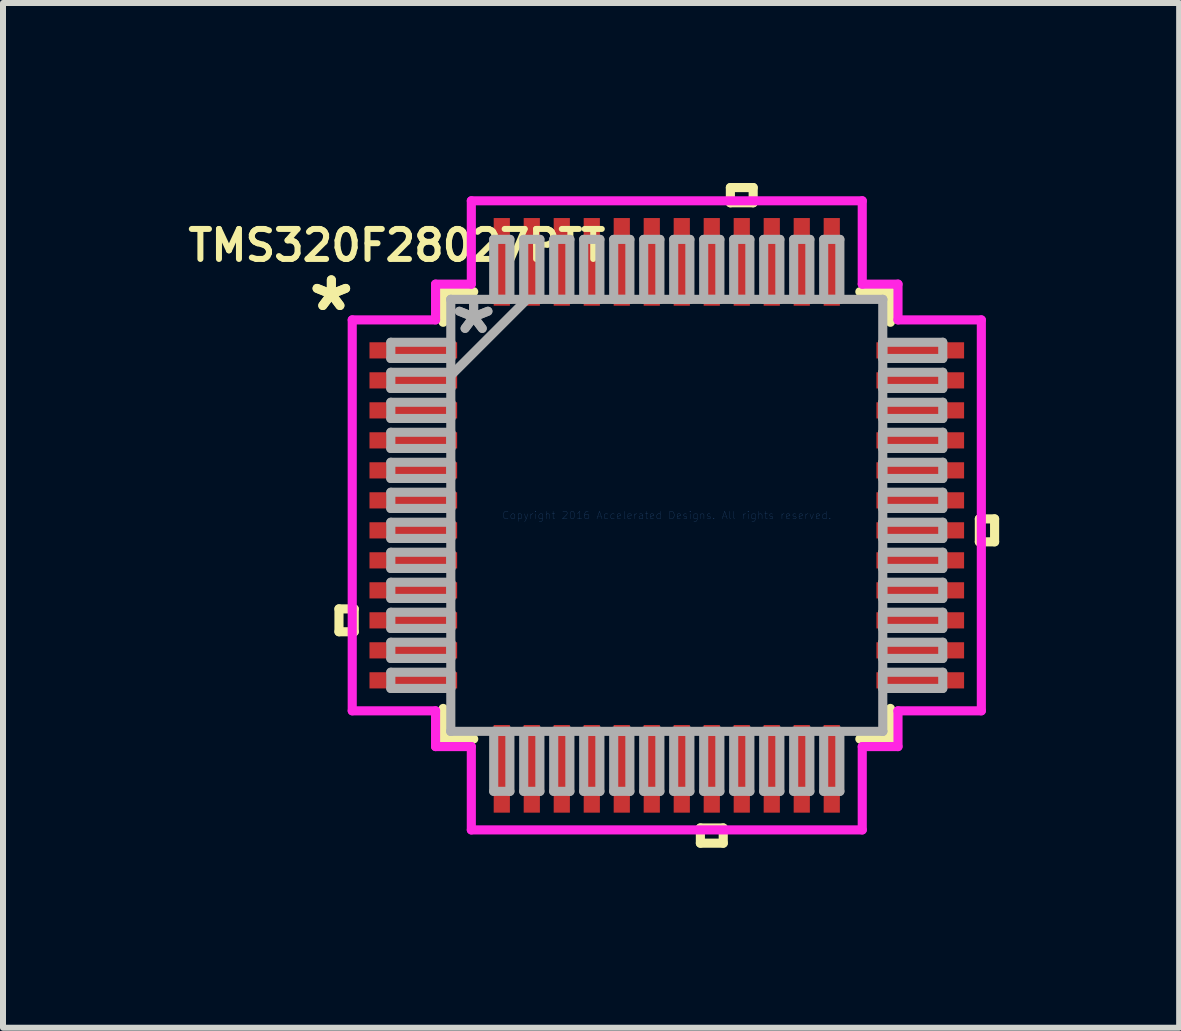
<source format=kicad_pcb>
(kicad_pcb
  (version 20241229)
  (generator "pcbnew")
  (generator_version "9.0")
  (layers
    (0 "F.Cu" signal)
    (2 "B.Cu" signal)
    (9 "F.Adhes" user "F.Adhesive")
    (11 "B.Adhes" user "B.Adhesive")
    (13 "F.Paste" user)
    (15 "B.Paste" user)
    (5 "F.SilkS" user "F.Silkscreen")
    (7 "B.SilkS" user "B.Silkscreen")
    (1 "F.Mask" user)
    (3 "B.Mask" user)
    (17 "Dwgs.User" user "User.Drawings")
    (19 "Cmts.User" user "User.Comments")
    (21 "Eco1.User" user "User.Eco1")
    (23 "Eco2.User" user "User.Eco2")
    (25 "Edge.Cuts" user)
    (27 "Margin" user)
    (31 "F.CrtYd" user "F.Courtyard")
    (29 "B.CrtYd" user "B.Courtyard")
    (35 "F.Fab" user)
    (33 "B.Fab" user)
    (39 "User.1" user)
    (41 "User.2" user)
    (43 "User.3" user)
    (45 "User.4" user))
  (footprint "TMS320F28027PTT"
    (layer "F.Cu")
    (at 8.064 5.54)
    (property "Reference" "TMS320F28027PTT" (at -4.5 -4.5 0) (layer "F.SilkS") (effects (font (size 0.5 0.5) (thickness 0.1))))
    (attr through_hole)
    (fp_line (start -5.464 1.559) (end -5.464 1.94) (stroke (width 0.152) (type solid)) (layer "F.SilkS"))
    (fp_line (start -5.464 1.94) (end -5.21 1.94) (stroke (width 0.152) (type solid)) (layer "F.SilkS"))
    (fp_line (start -5.21 1.559) (end -5.464 1.559) (stroke (width 0.152) (type solid)) (layer "F.SilkS"))
    (fp_line (start -5.21 1.94) (end -5.21 1.559) (stroke (width 0.152) (type solid)) (layer "F.SilkS"))
    (fp_line (start -3.727 -3.727) (end -3.727 -3.218) (stroke (width 0.152) (type solid)) (layer "F.SilkS"))
    (fp_line (start -3.727 3.218) (end -3.727 3.727) (stroke (width 0.152) (type solid)) (layer "F.SilkS"))
    (fp_line (start -3.727 3.727) (end -3.218 3.727) (stroke (width 0.152) (type solid)) (layer "F.SilkS"))
    (fp_line (start -3.218 -3.727) (end -3.727 -3.727) (stroke (width 0.152) (type solid)) (layer "F.SilkS"))
    (fp_line (start 0.56 5.21) (end 0.56 5.464) (stroke (width 0.152) (type solid)) (layer "F.SilkS"))
    (fp_line (start 0.56 5.464) (end 0.941 5.464) (stroke (width 0.152) (type solid)) (layer "F.SilkS"))
    (fp_line (start 0.941 5.21) (end 0.56 5.21) (stroke (width 0.152) (type solid)) (layer "F.SilkS"))
    (fp_line (start 0.941 5.464) (end 0.941 5.21) (stroke (width 0.152) (type solid)) (layer "F.SilkS"))
    (fp_line (start 1.06 -5.464) (end 1.44 -5.464) (stroke (width 0.152) (type solid)) (layer "F.SilkS"))
    (fp_line (start 1.06 -5.21) (end 1.06 -5.464) (stroke (width 0.152) (type solid)) (layer "F.SilkS"))
    (fp_line (start 1.44 -5.464) (end 1.44 -5.21) (stroke (width 0.152) (type solid)) (layer "F.SilkS"))
    (fp_line (start 1.44 -5.21) (end 1.06 -5.21) (stroke (width 0.152) (type solid)) (layer "F.SilkS"))
    (fp_line (start 3.218 3.727) (end 3.727 3.727) (stroke (width 0.152) (type solid)) (layer "F.SilkS"))
    (fp_line (start 3.727 -3.727) (end 3.218 -3.727) (stroke (width 0.152) (type solid)) (layer "F.SilkS"))
    (fp_line (start 3.727 -3.218) (end 3.727 -3.727) (stroke (width 0.152) (type solid)) (layer "F.SilkS"))
    (fp_line (start 3.727 3.727) (end 3.727 3.218) (stroke (width 0.152) (type solid)) (layer "F.SilkS"))
    (fp_line (start 5.21 0.059) (end 5.464 0.059) (stroke (width 0.152) (type solid)) (layer "F.SilkS"))
    (fp_line (start 5.21 0.441) (end 5.21 0.059) (stroke (width 0.152) (type solid)) (layer "F.SilkS"))
    (fp_line (start 5.464 0.059) (end 5.464 0.441) (stroke (width 0.152) (type solid)) (layer "F.SilkS"))
    (fp_line (start 5.464 0.441) (end 5.21 0.441) (stroke (width 0.152) (type solid)) (layer "F.SilkS"))
    (fp_line (start -5.243 -3.258) (end -3.854 -3.258) (stroke (width 0.152) (type solid)) (layer "F.CrtYd"))
    (fp_line (start -5.243 3.258) (end -5.243 -3.258) (stroke (width 0.152) (type solid)) (layer "F.CrtYd"))
    (fp_line (start -3.854 -3.854) (end -3.258 -3.854) (stroke (width 0.152) (type solid)) (layer "F.CrtYd"))
    (fp_line (start -3.854 -3.258) (end -3.854 -3.854) (stroke (width 0.152) (type solid)) (layer "F.CrtYd"))
    (fp_line (start -3.854 3.258) (end -5.243 3.258) (stroke (width 0.152) (type solid)) (layer "F.CrtYd"))
    (fp_line (start -3.854 3.854) (end -3.854 3.258) (stroke (width 0.152) (type solid)) (layer "F.CrtYd"))
    (fp_line (start -3.258 -5.243) (end 3.258 -5.243) (stroke (width 0.152) (type solid)) (layer "F.CrtYd"))
    (fp_line (start -3.258 -3.854) (end -3.258 -5.243) (stroke (width 0.152) (type solid)) (layer "F.CrtYd"))
    (fp_line (start -3.258 3.854) (end -3.854 3.854) (stroke (width 0.152) (type solid)) (layer "F.CrtYd"))
    (fp_line (start -3.258 5.243) (end -3.258 3.854) (stroke (width 0.152) (type solid)) (layer "F.CrtYd"))
    (fp_line (start 3.258 -5.243) (end 3.258 -3.854) (stroke (width 0.152) (type solid)) (layer "F.CrtYd"))
    (fp_line (start 3.258 -3.854) (end 3.854 -3.854) (stroke (width 0.152) (type solid)) (layer "F.CrtYd"))
    (fp_line (start 3.258 3.854) (end 3.258 5.243) (stroke (width 0.152) (type solid)) (layer "F.CrtYd"))
    (fp_line (start 3.258 5.243) (end -3.258 5.243) (stroke (width 0.152) (type solid)) (layer "F.CrtYd"))
    (fp_line (start 3.854 -3.854) (end 3.854 -3.258) (stroke (width 0.152) (type solid)) (layer "F.CrtYd"))
    (fp_line (start 3.854 -3.258) (end 5.243 -3.258) (stroke (width 0.152) (type solid)) (layer "F.CrtYd"))
    (fp_line (start 3.854 3.258) (end 3.854 3.854) (stroke (width 0.152) (type solid)) (layer "F.CrtYd"))
    (fp_line (start 3.854 3.854) (end 3.258 3.854) (stroke (width 0.152) (type solid)) (layer "F.CrtYd"))
    (fp_line (start 5.243 -3.258) (end 5.243 3.258) (stroke (width 0.152) (type solid)) (layer "F.CrtYd"))
    (fp_line (start 5.243 3.258) (end 3.854 3.258) (stroke (width 0.152) (type solid)) (layer "F.CrtYd"))
    (fp_line (start -4.6 -2.885) (end -4.6 -2.615) (stroke (width 0.152) (type solid)) (layer "F.Fab"))
    (fp_line (start -4.6 -2.615) (end -3.6 -2.615) (stroke (width 0.152) (type solid)) (layer "F.Fab"))
    (fp_line (start -4.6 -2.385) (end -4.6 -2.115) (stroke (width 0.152) (type solid)) (layer "F.Fab"))
    (fp_line (start -4.6 -2.115) (end -3.6 -2.115) (stroke (width 0.152) (type solid)) (layer "F.Fab"))
    (fp_line (start -4.6 -1.885) (end -4.6 -1.615) (stroke (width 0.152) (type solid)) (layer "F.Fab"))
    (fp_line (start -4.6 -1.615) (end -3.6 -1.615) (stroke (width 0.152) (type solid)) (layer "F.Fab"))
    (fp_line (start -4.6 -1.385) (end -4.6 -1.115) (stroke (width 0.152) (type solid)) (layer "F.Fab"))
    (fp_line (start -4.6 -1.115) (end -3.6 -1.115) (stroke (width 0.152) (type solid)) (layer "F.Fab"))
    (fp_line (start -4.6 -0.885) (end -4.6 -0.615) (stroke (width 0.152) (type solid)) (layer "F.Fab"))
    (fp_line (start -4.6 -0.615) (end -3.6 -0.615) (stroke (width 0.152) (type solid)) (layer "F.Fab"))
    (fp_line (start -4.6 -0.385) (end -4.6 -0.115) (stroke (width 0.152) (type solid)) (layer "F.Fab"))
    (fp_line (start -4.6 -0.115) (end -3.6 -0.115) (stroke (width 0.152) (type solid)) (layer "F.Fab"))
    (fp_line (start -4.6 0.115) (end -4.6 0.385) (stroke (width 0.152) (type solid)) (layer "F.Fab"))
    (fp_line (start -4.6 0.385) (end -3.6 0.385) (stroke (width 0.152) (type solid)) (layer "F.Fab"))
    (fp_line (start -4.6 0.615) (end -4.6 0.885) (stroke (width 0.152) (type solid)) (layer "F.Fab"))
    (fp_line (start -4.6 0.885) (end -3.6 0.885) (stroke (width 0.152) (type solid)) (layer "F.Fab"))
    (fp_line (start -4.6 1.115) (end -4.6 1.385) (stroke (width 0.152) (type solid)) (layer "F.Fab"))
    (fp_line (start -4.6 1.385) (end -3.6 1.385) (stroke (width 0.152) (type solid)) (layer "F.Fab"))
    (fp_line (start -4.6 1.615) (end -4.6 1.885) (stroke (width 0.152) (type solid)) (layer "F.Fab"))
    (fp_line (start -4.6 1.885) (end -3.6 1.885) (stroke (width 0.152) (type solid)) (layer "F.Fab"))
    (fp_line (start -4.6 2.115) (end -4.6 2.385) (stroke (width 0.152) (type solid)) (layer "F.Fab"))
    (fp_line (start -4.6 2.385) (end -3.6 2.385) (stroke (width 0.152) (type solid)) (layer "F.Fab"))
    (fp_line (start -4.6 2.615) (end -4.6 2.885) (stroke (width 0.152) (type solid)) (layer "F.Fab"))
    (fp_line (start -4.6 2.885) (end -3.6 2.885) (stroke (width 0.152) (type solid)) (layer "F.Fab"))
    (fp_line (start -3.6 -3.6) (end -3.6 -3.6) (stroke (width 0.152) (type solid)) (layer "F.Fab"))
    (fp_line (start -3.6 -3.6) (end -3.6 3.6) (stroke (width 0.152) (type solid)) (layer "F.Fab"))
    (fp_line (start -3.6 -2.885) (end -4.6 -2.885) (stroke (width 0.152) (type solid)) (layer "F.Fab"))
    (fp_line (start -3.6 -2.615) (end -3.6 -2.885) (stroke (width 0.152) (type solid)) (layer "F.Fab"))
    (fp_line (start -3.6 -2.385) (end -4.6 -2.385) (stroke (width 0.152) (type solid)) (layer "F.Fab"))
    (fp_line (start -3.6 -2.33) (end -2.33 -3.6) (stroke (width 0.152) (type solid)) (layer "F.Fab"))
    (fp_line (start -3.6 -2.115) (end -3.6 -2.385) (stroke (width 0.152) (type solid)) (layer "F.Fab"))
    (fp_line (start -3.6 -1.885) (end -4.6 -1.885) (stroke (width 0.152) (type solid)) (layer "F.Fab"))
    (fp_line (start -3.6 -1.615) (end -3.6 -1.885) (stroke (width 0.152) (type solid)) (layer "F.Fab"))
    (fp_line (start -3.6 -1.385) (end -4.6 -1.385) (stroke (width 0.152) (type solid)) (layer "F.Fab"))
    (fp_line (start -3.6 -1.115) (end -3.6 -1.385) (stroke (width 0.152) (type solid)) (layer "F.Fab"))
    (fp_line (start -3.6 -0.885) (end -4.6 -0.885) (stroke (width 0.152) (type solid)) (layer "F.Fab"))
    (fp_line (start -3.6 -0.615) (end -3.6 -0.885) (stroke (width 0.152) (type solid)) (layer "F.Fab"))
    (fp_line (start -3.6 -0.385) (end -4.6 -0.385) (stroke (width 0.152) (type solid)) (layer "F.Fab"))
    (fp_line (start -3.6 -0.115) (end -3.6 -0.385) (stroke (width 0.152) (type solid)) (layer "F.Fab"))
    (fp_line (start -3.6 0.115) (end -4.6 0.115) (stroke (width 0.152) (type solid)) (layer "F.Fab"))
    (fp_line (start -3.6 0.385) (end -3.6 0.115) (stroke (width 0.152) (type solid)) (layer "F.Fab"))
    (fp_line (start -3.6 0.615) (end -4.6 0.615) (stroke (width 0.152) (type solid)) (layer "F.Fab"))
    (fp_line (start -3.6 0.885) (end -3.6 0.615) (stroke (width 0.152) (type solid)) (layer "F.Fab"))
    (fp_line (start -3.6 1.115) (end -4.6 1.115) (stroke (width 0.152) (type solid)) (layer "F.Fab"))
    (fp_line (start -3.6 1.385) (end -3.6 1.115) (stroke (width 0.152) (type solid)) (layer "F.Fab"))
    (fp_line (start -3.6 1.615) (end -4.6 1.615) (stroke (width 0.152) (type solid)) (layer "F.Fab"))
    (fp_line (start -3.6 1.885) (end -3.6 1.615) (stroke (width 0.152) (type solid)) (layer "F.Fab"))
    (fp_line (start -3.6 2.115) (end -4.6 2.115) (stroke (width 0.152) (type solid)) (layer "F.Fab"))
    (fp_line (start -3.6 2.385) (end -3.6 2.115) (stroke (width 0.152) (type solid)) (layer "F.Fab"))
    (fp_line (start -3.6 2.615) (end -4.6 2.615) (stroke (width 0.152) (type solid)) (layer "F.Fab"))
    (fp_line (start -3.6 2.885) (end -3.6 2.615) (stroke (width 0.152) (type solid)) (layer "F.Fab"))
    (fp_line (start -3.6 3.6) (end -3.6 3.6) (stroke (width 0.152) (type solid)) (layer "F.Fab"))
    (fp_line (start -3.6 3.6) (end 3.6 3.6) (stroke (width 0.152) (type solid)) (layer "F.Fab"))
    (fp_line (start -2.885 -4.6) (end -2.885 -3.6) (stroke (width 0.152) (type solid)) (layer "F.Fab"))
    (fp_line (start -2.885 -3.6) (end -2.615 -3.6) (stroke (width 0.152) (type solid)) (layer "F.Fab"))
    (fp_line (start -2.885 3.6) (end -2.885 4.6) (stroke (width 0.152) (type solid)) (layer "F.Fab"))
    (fp_line (start -2.885 4.6) (end -2.615 4.6) (stroke (width 0.152) (type solid)) (layer "F.Fab"))
    (fp_line (start -2.615 -4.6) (end -2.885 -4.6) (stroke (width 0.152) (type solid)) (layer "F.Fab"))
    (fp_line (start -2.615 -3.6) (end -2.615 -4.6) (stroke (width 0.152) (type solid)) (layer "F.Fab"))
    (fp_line (start -2.615 3.6) (end -2.885 3.6) (stroke (width 0.152) (type solid)) (layer "F.Fab"))
    (fp_line (start -2.615 4.6) (end -2.615 3.6) (stroke (width 0.152) (type solid)) (layer "F.Fab"))
    (fp_line (start -2.385 -4.6) (end -2.385 -3.6) (stroke (width 0.152) (type solid)) (layer "F.Fab"))
    (fp_line (start -2.385 -3.6) (end -2.115 -3.6) (stroke (width 0.152) (type solid)) (layer "F.Fab"))
    (fp_line (start -2.385 3.6) (end -2.385 4.6) (stroke (width 0.152) (type solid)) (layer "F.Fab"))
    (fp_line (start -2.385 4.6) (end -2.115 4.6) (stroke (width 0.152) (type solid)) (layer "F.Fab"))
    (fp_line (start -2.115 -4.6) (end -2.385 -4.6) (stroke (width 0.152) (type solid)) (layer "F.Fab"))
    (fp_line (start -2.115 -3.6) (end -2.115 -4.6) (stroke (width 0.152) (type solid)) (layer "F.Fab"))
    (fp_line (start -2.115 3.6) (end -2.385 3.6) (stroke (width 0.152) (type solid)) (layer "F.Fab"))
    (fp_line (start -2.115 4.6) (end -2.115 3.6) (stroke (width 0.152) (type solid)) (layer "F.Fab"))
    (fp_line (start -1.885 -4.6) (end -1.885 -3.6) (stroke (width 0.152) (type solid)) (layer "F.Fab"))
    (fp_line (start -1.885 -3.6) (end -1.615 -3.6) (stroke (width 0.152) (type solid)) (layer "F.Fab"))
    (fp_line (start -1.885 3.6) (end -1.885 4.6) (stroke (width 0.152) (type solid)) (layer "F.Fab"))
    (fp_line (start -1.885 4.6) (end -1.615 4.6) (stroke (width 0.152) (type solid)) (layer "F.Fab"))
    (fp_line (start -1.615 -4.6) (end -1.885 -4.6) (stroke (width 0.152) (type solid)) (layer "F.Fab"))
    (fp_line (start -1.615 -3.6) (end -1.615 -4.6) (stroke (width 0.152) (type solid)) (layer "F.Fab"))
    (fp_line (start -1.615 3.6) (end -1.885 3.6) (stroke (width 0.152) (type solid)) (layer "F.Fab"))
    (fp_line (start -1.615 4.6) (end -1.615 3.6) (stroke (width 0.152) (type solid)) (layer "F.Fab"))
    (fp_line (start -1.385 -4.6) (end -1.385 -3.6) (stroke (width 0.152) (type solid)) (layer "F.Fab"))
    (fp_line (start -1.385 -3.6) (end -1.115 -3.6) (stroke (width 0.152) (type solid)) (layer "F.Fab"))
    (fp_line (start -1.385 3.6) (end -1.385 4.6) (stroke (width 0.152) (type solid)) (layer "F.Fab"))
    (fp_line (start -1.385 4.6) (end -1.115 4.6) (stroke (width 0.152) (type solid)) (layer "F.Fab"))
    (fp_line (start -1.115 -4.6) (end -1.385 -4.6) (stroke (width 0.152) (type solid)) (layer "F.Fab"))
    (fp_line (start -1.115 -3.6) (end -1.115 -4.6) (stroke (width 0.152) (type solid)) (layer "F.Fab"))
    (fp_line (start -1.115 3.6) (end -1.385 3.6) (stroke (width 0.152) (type solid)) (layer "F.Fab"))
    (fp_line (start -1.115 4.6) (end -1.115 3.6) (stroke (width 0.152) (type solid)) (layer "F.Fab"))
    (fp_line (start -0.885 -4.6) (end -0.885 -3.6) (stroke (width 0.152) (type solid)) (layer "F.Fab"))
    (fp_line (start -0.885 -3.6) (end -0.615 -3.6) (stroke (width 0.152) (type solid)) (layer "F.Fab"))
    (fp_line (start -0.885 3.6) (end -0.885 4.6) (stroke (width 0.152) (type solid)) (layer "F.Fab"))
    (fp_line (start -0.885 4.6) (end -0.615 4.6) (stroke (width 0.152) (type solid)) (layer "F.Fab"))
    (fp_line (start -0.615 -4.6) (end -0.885 -4.6) (stroke (width 0.152) (type solid)) (layer "F.Fab"))
    (fp_line (start -0.615 -3.6) (end -0.615 -4.6) (stroke (width 0.152) (type solid)) (layer "F.Fab"))
    (fp_line (start -0.615 3.6) (end -0.885 3.6) (stroke (width 0.152) (type solid)) (layer "F.Fab"))
    (fp_line (start -0.615 4.6) (end -0.615 3.6) (stroke (width 0.152) (type solid)) (layer "F.Fab"))
    (fp_line (start -0.385 -4.6) (end -0.385 -3.6) (stroke (width 0.152) (type solid)) (layer "F.Fab"))
    (fp_line (start -0.385 -3.6) (end -0.115 -3.6) (stroke (width 0.152) (type solid)) (layer "F.Fab"))
    (fp_line (start -0.385 3.6) (end -0.385 4.6) (stroke (width 0.152) (type solid)) (layer "F.Fab"))
    (fp_line (start -0.385 4.6) (end -0.115 4.6) (stroke (width 0.152) (type solid)) (layer "F.Fab"))
    (fp_line (start -0.115 -4.6) (end -0.385 -4.6) (stroke (width 0.152) (type solid)) (layer "F.Fab"))
    (fp_line (start -0.115 -3.6) (end -0.115 -4.6) (stroke (width 0.152) (type solid)) (layer "F.Fab"))
    (fp_line (start -0.115 3.6) (end -0.385 3.6) (stroke (width 0.152) (type solid)) (layer "F.Fab"))
    (fp_line (start -0.115 4.6) (end -0.115 3.6) (stroke (width 0.152) (type solid)) (layer "F.Fab"))
    (fp_line (start 0.115 -4.6) (end 0.115 -3.6) (stroke (width 0.152) (type solid)) (layer "F.Fab"))
    (fp_line (start 0.115 -3.6) (end 0.385 -3.6) (stroke (width 0.152) (type solid)) (layer "F.Fab"))
    (fp_line (start 0.115 3.6) (end 0.115 4.6) (stroke (width 0.152) (type solid)) (layer "F.Fab"))
    (fp_line (start 0.115 4.6) (end 0.385 4.6) (stroke (width 0.152) (type solid)) (layer "F.Fab"))
    (fp_line (start 0.385 -4.6) (end 0.115 -4.6) (stroke (width 0.152) (type solid)) (layer "F.Fab"))
    (fp_line (start 0.385 -3.6) (end 0.385 -4.6) (stroke (width 0.152) (type solid)) (layer "F.Fab"))
    (fp_line (start 0.385 3.6) (end 0.115 3.6) (stroke (width 0.152) (type solid)) (layer "F.Fab"))
    (fp_line (start 0.385 4.6) (end 0.385 3.6) (stroke (width 0.152) (type solid)) (layer "F.Fab"))
    (fp_line (start 0.615 -4.6) (end 0.615 -3.6) (stroke (width 0.152) (type solid)) (layer "F.Fab"))
    (fp_line (start 0.615 -3.6) (end 0.885 -3.6) (stroke (width 0.152) (type solid)) (layer "F.Fab"))
    (fp_line (start 0.615 3.6) (end 0.615 4.6) (stroke (width 0.152) (type solid)) (layer "F.Fab"))
    (fp_line (start 0.615 4.6) (end 0.885 4.6) (stroke (width 0.152) (type solid)) (layer "F.Fab"))
    (fp_line (start 0.885 -4.6) (end 0.615 -4.6) (stroke (width 0.152) (type solid)) (layer "F.Fab"))
    (fp_line (start 0.885 -3.6) (end 0.885 -4.6) (stroke (width 0.152) (type solid)) (layer "F.Fab"))
    (fp_line (start 0.885 3.6) (end 0.615 3.6) (stroke (width 0.152) (type solid)) (layer "F.Fab"))
    (fp_line (start 0.885 4.6) (end 0.885 3.6) (stroke (width 0.152) (type solid)) (layer "F.Fab"))
    (fp_line (start 1.115 -4.6) (end 1.115 -3.6) (stroke (width 0.152) (type solid)) (layer "F.Fab"))
    (fp_line (start 1.115 -3.6) (end 1.385 -3.6) (stroke (width 0.152) (type solid)) (layer "F.Fab"))
    (fp_line (start 1.115 3.6) (end 1.115 4.6) (stroke (width 0.152) (type solid)) (layer "F.Fab"))
    (fp_line (start 1.115 4.6) (end 1.385 4.6) (stroke (width 0.152) (type solid)) (layer "F.Fab"))
    (fp_line (start 1.385 -4.6) (end 1.115 -4.6) (stroke (width 0.152) (type solid)) (layer "F.Fab"))
    (fp_line (start 1.385 -3.6) (end 1.385 -4.6) (stroke (width 0.152) (type solid)) (layer "F.Fab"))
    (fp_line (start 1.385 3.6) (end 1.115 3.6) (stroke (width 0.152) (type solid)) (layer "F.Fab"))
    (fp_line (start 1.385 4.6) (end 1.385 3.6) (stroke (width 0.152) (type solid)) (layer "F.Fab"))
    (fp_line (start 1.615 -4.6) (end 1.615 -3.6) (stroke (width 0.152) (type solid)) (layer "F.Fab"))
    (fp_line (start 1.615 -3.6) (end 1.885 -3.6) (stroke (width 0.152) (type solid)) (layer "F.Fab"))
    (fp_line (start 1.615 3.6) (end 1.615 4.6) (stroke (width 0.152) (type solid)) (layer "F.Fab"))
    (fp_line (start 1.615 4.6) (end 1.885 4.6) (stroke (width 0.152) (type solid)) (layer "F.Fab"))
    (fp_line (start 1.885 -4.6) (end 1.615 -4.6) (stroke (width 0.152) (type solid)) (layer "F.Fab"))
    (fp_line (start 1.885 -3.6) (end 1.885 -4.6) (stroke (width 0.152) (type solid)) (layer "F.Fab"))
    (fp_line (start 1.885 3.6) (end 1.615 3.6) (stroke (width 0.152) (type solid)) (layer "F.Fab"))
    (fp_line (start 1.885 4.6) (end 1.885 3.6) (stroke (width 0.152) (type solid)) (layer "F.Fab"))
    (fp_line (start 2.115 -4.6) (end 2.115 -3.6) (stroke (width 0.152) (type solid)) (layer "F.Fab"))
    (fp_line (start 2.115 -3.6) (end 2.385 -3.6) (stroke (width 0.152) (type solid)) (layer "F.Fab"))
    (fp_line (start 2.115 3.6) (end 2.115 4.6) (stroke (width 0.152) (type solid)) (layer "F.Fab"))
    (fp_line (start 2.115 4.6) (end 2.385 4.6) (stroke (width 0.152) (type solid)) (layer "F.Fab"))
    (fp_line (start 2.385 -4.6) (end 2.115 -4.6) (stroke (width 0.152) (type solid)) (layer "F.Fab"))
    (fp_line (start 2.385 -3.6) (end 2.385 -4.6) (stroke (width 0.152) (type solid)) (layer "F.Fab"))
    (fp_line (start 2.385 3.6) (end 2.115 3.6) (stroke (width 0.152) (type solid)) (layer "F.Fab"))
    (fp_line (start 2.385 4.6) (end 2.385 3.6) (stroke (width 0.152) (type solid)) (layer "F.Fab"))
    (fp_line (start 2.615 -4.6) (end 2.615 -3.6) (stroke (width 0.152) (type solid)) (layer "F.Fab"))
    (fp_line (start 2.615 -3.6) (end 2.885 -3.6) (stroke (width 0.152) (type solid)) (layer "F.Fab"))
    (fp_line (start 2.615 3.6) (end 2.615 4.6) (stroke (width 0.152) (type solid)) (layer "F.Fab"))
    (fp_line (start 2.615 4.6) (end 2.885 4.6) (stroke (width 0.152) (type solid)) (layer "F.Fab"))
    (fp_line (start 2.885 -4.6) (end 2.615 -4.6) (stroke (width 0.152) (type solid)) (layer "F.Fab"))
    (fp_line (start 2.885 -3.6) (end 2.885 -4.6) (stroke (width 0.152) (type solid)) (layer "F.Fab"))
    (fp_line (start 2.885 3.6) (end 2.615 3.6) (stroke (width 0.152) (type solid)) (layer "F.Fab"))
    (fp_line (start 2.885 4.6) (end 2.885 3.6) (stroke (width 0.152) (type solid)) (layer "F.Fab"))
    (fp_line (start 3.6 -3.6) (end -3.6 -3.6) (stroke (width 0.152) (type solid)) (layer "F.Fab"))
    (fp_line (start 3.6 -3.6) (end 3.6 -3.6) (stroke (width 0.152) (type solid)) (layer "F.Fab"))
    (fp_line (start 3.6 -2.885) (end 3.6 -2.615) (stroke (width 0.152) (type solid)) (layer "F.Fab"))
    (fp_line (start 3.6 -2.615) (end 4.6 -2.615) (stroke (width 0.152) (type solid)) (layer "F.Fab"))
    (fp_line (start 3.6 -2.385) (end 3.6 -2.115) (stroke (width 0.152) (type solid)) (layer "F.Fab"))
    (fp_line (start 3.6 -2.115) (end 4.6 -2.115) (stroke (width 0.152) (type solid)) (layer "F.Fab"))
    (fp_line (start 3.6 -1.885) (end 3.6 -1.615) (stroke (width 0.152) (type solid)) (layer "F.Fab"))
    (fp_line (start 3.6 -1.615) (end 4.6 -1.615) (stroke (width 0.152) (type solid)) (layer "F.Fab"))
    (fp_line (start 3.6 -1.385) (end 3.6 -1.115) (stroke (width 0.152) (type solid)) (layer "F.Fab"))
    (fp_line (start 3.6 -1.115) (end 4.6 -1.115) (stroke (width 0.152) (type solid)) (layer "F.Fab"))
    (fp_line (start 3.6 -0.885) (end 3.6 -0.615) (stroke (width 0.152) (type solid)) (layer "F.Fab"))
    (fp_line (start 3.6 -0.615) (end 4.6 -0.615) (stroke (width 0.152) (type solid)) (layer "F.Fab"))
    (fp_line (start 3.6 -0.385) (end 3.6 -0.115) (stroke (width 0.152) (type solid)) (layer "F.Fab"))
    (fp_line (start 3.6 -0.115) (end 4.6 -0.115) (stroke (width 0.152) (type solid)) (layer "F.Fab"))
    (fp_line (start 3.6 0.115) (end 3.6 0.385) (stroke (width 0.152) (type solid)) (layer "F.Fab"))
    (fp_line (start 3.6 0.385) (end 4.6 0.385) (stroke (width 0.152) (type solid)) (layer "F.Fab"))
    (fp_line (start 3.6 0.615) (end 3.6 0.885) (stroke (width 0.152) (type solid)) (layer "F.Fab"))
    (fp_line (start 3.6 0.885) (end 4.6 0.885) (stroke (width 0.152) (type solid)) (layer "F.Fab"))
    (fp_line (start 3.6 1.115) (end 3.6 1.385) (stroke (width 0.152) (type solid)) (layer "F.Fab"))
    (fp_line (start 3.6 1.385) (end 4.6 1.385) (stroke (width 0.152) (type solid)) (layer "F.Fab"))
    (fp_line (start 3.6 1.615) (end 3.6 1.885) (stroke (width 0.152) (type solid)) (layer "F.Fab"))
    (fp_line (start 3.6 1.885) (end 4.6 1.885) (stroke (width 0.152) (type solid)) (layer "F.Fab"))
    (fp_line (start 3.6 2.115) (end 3.6 2.385) (stroke (width 0.152) (type solid)) (layer "F.Fab"))
    (fp_line (start 3.6 2.385) (end 4.6 2.385) (stroke (width 0.152) (type solid)) (layer "F.Fab"))
    (fp_line (start 3.6 2.615) (end 3.6 2.885) (stroke (width 0.152) (type solid)) (layer "F.Fab"))
    (fp_line (start 3.6 2.885) (end 4.6 2.885) (stroke (width 0.152) (type solid)) (layer "F.Fab"))
    (fp_line (start 3.6 3.6) (end 3.6 -3.6) (stroke (width 0.152) (type solid)) (layer "F.Fab"))
    (fp_line (start 3.6 3.6) (end 3.6 3.6) (stroke (width 0.152) (type solid)) (layer "F.Fab"))
    (fp_line (start 4.6 -2.885) (end 3.6 -2.885) (stroke (width 0.152) (type solid)) (layer "F.Fab"))
    (fp_line (start 4.6 -2.615) (end 4.6 -2.885) (stroke (width 0.152) (type solid)) (layer "F.Fab"))
    (fp_line (start 4.6 -2.385) (end 3.6 -2.385) (stroke (width 0.152) (type solid)) (layer "F.Fab"))
    (fp_line (start 4.6 -2.115) (end 4.6 -2.385) (stroke (width 0.152) (type solid)) (layer "F.Fab"))
    (fp_line (start 4.6 -1.885) (end 3.6 -1.885) (stroke (width 0.152) (type solid)) (layer "F.Fab"))
    (fp_line (start 4.6 -1.615) (end 4.6 -1.885) (stroke (width 0.152) (type solid)) (layer "F.Fab"))
    (fp_line (start 4.6 -1.385) (end 3.6 -1.385) (stroke (width 0.152) (type solid)) (layer "F.Fab"))
    (fp_line (start 4.6 -1.115) (end 4.6 -1.385) (stroke (width 0.152) (type solid)) (layer "F.Fab"))
    (fp_line (start 4.6 -0.885) (end 3.6 -0.885) (stroke (width 0.152) (type solid)) (layer "F.Fab"))
    (fp_line (start 4.6 -0.615) (end 4.6 -0.885) (stroke (width 0.152) (type solid)) (layer "F.Fab"))
    (fp_line (start 4.6 -0.385) (end 3.6 -0.385) (stroke (width 0.152) (type solid)) (layer "F.Fab"))
    (fp_line (start 4.6 -0.115) (end 4.6 -0.385) (stroke (width 0.152) (type solid)) (layer "F.Fab"))
    (fp_line (start 4.6 0.115) (end 3.6 0.115) (stroke (width 0.152) (type solid)) (layer "F.Fab"))
    (fp_line (start 4.6 0.385) (end 4.6 0.115) (stroke (width 0.152) (type solid)) (layer "F.Fab"))
    (fp_line (start 4.6 0.615) (end 3.6 0.615) (stroke (width 0.152) (type solid)) (layer "F.Fab"))
    (fp_line (start 4.6 0.885) (end 4.6 0.615) (stroke (width 0.152) (type solid)) (layer "F.Fab"))
    (fp_line (start 4.6 1.115) (end 3.6 1.115) (stroke (width 0.152) (type solid)) (layer "F.Fab"))
    (fp_line (start 4.6 1.385) (end 4.6 1.115) (stroke (width 0.152) (type solid)) (layer "F.Fab"))
    (fp_line (start 4.6 1.615) (end 3.6 1.615) (stroke (width 0.152) (type solid)) (layer "F.Fab"))
    (fp_line (start 4.6 1.885) (end 4.6 1.615) (stroke (width 0.152) (type solid)) (layer "F.Fab"))
    (fp_line (start 4.6 2.115) (end 3.6 2.115) (stroke (width 0.152) (type solid)) (layer "F.Fab"))
    (fp_line (start 4.6 2.385) (end 4.6 2.115) (stroke (width 0.152) (type solid)) (layer "F.Fab"))
    (fp_line (start 4.6 2.615) (end 3.6 2.615) (stroke (width 0.152) (type solid)) (layer "F.Fab"))
    (fp_line (start 4.6 2.885) (end 4.6 2.615) (stroke (width 0.152) (type solid)) (layer "F.Fab"))
    (fp_text user "*" (at -5.591 -3.381 0) (layer "F.SilkS") (effects (font (size 1 1) (thickness 0.15))))
    (fp_text user "*" (at -5.591 -3.381 0) (layer "F.SilkS") (effects (font (size 1 1) (thickness 0.15))))
    (fp_text user "Copyright 2016 Accelerated Designs. All rights reserved." (at 0 0 0) (layer "Cmts.User") (effects (font (size 0.127 0.127) (thickness 0.002))))
    (fp_text user "*" (at -3.219 -3 0) (layer "F.Fab") (effects (font (size 1 1) (thickness 0.15))))
    (fp_text user "*" (at -3.219 -3 0) (layer "F.Fab") (effects (font (size 1 1) (thickness 0.15))))
    (pad "1" smd rect (at -4.225 -2.75 90) (size 0.27 1.461) (layers "F.Cu" "F.Mask" "F.Paste"))
    (pad "2" smd rect (at -4.225 -2.25 90) (size 0.27 1.461) (layers "F.Cu" "F.Mask" "F.Paste"))
    (pad "3" smd rect (at -4.225 -1.75 90) (size 0.27 1.461) (layers "F.Cu" "F.Mask" "F.Paste"))
    (pad "4" smd rect (at -4.225 -1.25 90) (size 0.27 1.461) (layers "F.Cu" "F.Mask" "F.Paste"))
    (pad "5" smd rect (at -4.225 -0.75 90) (size 0.27 1.461) (layers "F.Cu" "F.Mask" "F.Paste"))
    (pad "6" smd rect (at -4.225 -0.25 90) (size 0.27 1.461) (layers "F.Cu" "F.Mask" "F.Paste"))
    (pad "7" smd rect (at -4.225 0.25 90) (size 0.27 1.461) (layers "F.Cu" "F.Mask" "F.Paste"))
    (pad "8" smd rect (at -4.225 0.75 90) (size 0.27 1.461) (layers "F.Cu" "F.Mask" "F.Paste"))
    (pad "9" smd rect (at -4.225 1.25 90) (size 0.27 1.461) (layers "F.Cu" "F.Mask" "F.Paste"))
    (pad "10" smd rect (at -4.225 1.75 90) (size 0.27 1.461) (layers "F.Cu" "F.Mask" "F.Paste"))
    (pad "11" smd rect (at -4.225 2.25 90) (size 0.27 1.461) (layers "F.Cu" "F.Mask" "F.Paste"))
    (pad "12" smd rect (at -4.225 2.75 90) (size 0.27 1.461) (layers "F.Cu" "F.Mask" "F.Paste"))
    (pad "13" smd rect (at -2.75 4.225) (size 0.27 1.461) (layers "F.Cu" "F.Mask" "F.Paste"))
    (pad "14" smd rect (at -2.25 4.225) (size 0.27 1.461) (layers "F.Cu" "F.Mask" "F.Paste"))
    (pad "15" smd rect (at -1.75 4.225) (size 0.27 1.461) (layers "F.Cu" "F.Mask" "F.Paste"))
    (pad "16" smd rect (at -1.25 4.225) (size 0.27 1.461) (layers "F.Cu" "F.Mask" "F.Paste"))
    (pad "17" smd rect (at -0.75 4.225) (size 0.27 1.461) (layers "F.Cu" "F.Mask" "F.Paste"))
    (pad "18" smd rect (at -0.25 4.225) (size 0.27 1.461) (layers "F.Cu" "F.Mask" "F.Paste"))
    (pad "19" smd rect (at 0.25 4.225) (size 0.27 1.461) (layers "F.Cu" "F.Mask" "F.Paste"))
    (pad "20" smd rect (at 0.75 4.225) (size 0.27 1.461) (layers "F.Cu" "F.Mask" "F.Paste"))
    (pad "21" smd rect (at 1.25 4.225) (size 0.27 1.461) (layers "F.Cu" "F.Mask" "F.Paste"))
    (pad "22" smd rect (at 1.75 4.225) (size 0.27 1.461) (layers "F.Cu" "F.Mask" "F.Paste"))
    (pad "23" smd rect (at 2.25 4.225) (size 0.27 1.461) (layers "F.Cu" "F.Mask" "F.Paste"))
    (pad "24" smd rect (at 2.75 4.225) (size 0.27 1.461) (layers "F.Cu" "F.Mask" "F.Paste"))
    (pad "25" smd rect (at 4.225 2.75 90) (size 0.27 1.461) (layers "F.Cu" "F.Mask" "F.Paste"))
    (pad "26" smd rect (at 4.225 2.25 90) (size 0.27 1.461) (layers "F.Cu" "F.Mask" "F.Paste"))
    (pad "27" smd rect (at 4.225 1.75 90) (size 0.27 1.461) (layers "F.Cu" "F.Mask" "F.Paste"))
    (pad "28" smd rect (at 4.225 1.25 90) (size 0.27 1.461) (layers "F.Cu" "F.Mask" "F.Paste"))
    (pad "29" smd rect (at 4.225 0.75 90) (size 0.27 1.461) (layers "F.Cu" "F.Mask" "F.Paste"))
    (pad "30" smd rect (at 4.225 0.25 90) (size 0.27 1.461) (layers "F.Cu" "F.Mask" "F.Paste"))
    (pad "31" smd rect (at 4.225 -0.25 90) (size 0.27 1.461) (layers "F.Cu" "F.Mask" "F.Paste"))
    (pad "32" smd rect (at 4.225 -0.75 90) (size 0.27 1.461) (layers "F.Cu" "F.Mask" "F.Paste"))
    (pad "33" smd rect (at 4.225 -1.25 90) (size 0.27 1.461) (layers "F.Cu" "F.Mask" "F.Paste"))
    (pad "34" smd rect (at 4.225 -1.75 90) (size 0.27 1.461) (layers "F.Cu" "F.Mask" "F.Paste"))
    (pad "35" smd rect (at 4.225 -2.25 90) (size 0.27 1.461) (layers "F.Cu" "F.Mask" "F.Paste"))
    (pad "36" smd rect (at 4.225 -2.75 90) (size 0.27 1.461) (layers "F.Cu" "F.Mask" "F.Paste"))
    (pad "37" smd rect (at 2.75 -4.225) (size 0.27 1.461) (layers "F.Cu" "F.Mask" "F.Paste"))
    (pad "38" smd rect (at 2.25 -4.225) (size 0.27 1.461) (layers "F.Cu" "F.Mask" "F.Paste"))
    (pad "39" smd rect (at 1.75 -4.225) (size 0.27 1.461) (layers "F.Cu" "F.Mask" "F.Paste"))
    (pad "40" smd rect (at 1.25 -4.225) (size 0.27 1.461) (layers "F.Cu" "F.Mask" "F.Paste"))
    (pad "41" smd rect (at 0.75 -4.225) (size 0.27 1.461) (layers "F.Cu" "F.Mask" "F.Paste"))
    (pad "42" smd rect (at 0.25 -4.225) (size 0.27 1.461) (layers "F.Cu" "F.Mask" "F.Paste"))
    (pad "43" smd rect (at -0.25 -4.225) (size 0.27 1.461) (layers "F.Cu" "F.Mask" "F.Paste"))
    (pad "44" smd rect (at -0.75 -4.225) (size 0.27 1.461) (layers "F.Cu" "F.Mask" "F.Paste"))
    (pad "45" smd rect (at -1.25 -4.225) (size 0.27 1.461) (layers "F.Cu" "F.Mask" "F.Paste"))
    (pad "46" smd rect (at -1.75 -4.225) (size 0.27 1.461) (layers "F.Cu" "F.Mask" "F.Paste"))
    (pad "47" smd rect (at -2.25 -4.225) (size 0.27 1.461) (layers "F.Cu" "F.Mask" "F.Paste"))
    (pad "48" smd rect (at -2.75 -4.225) (size 0.27 1.461) (layers "F.Cu" "F.Mask" "F.Paste")))
  (gr_rect
    (start -3 -3)
    (end 16.604 14.08)
    (stroke (width 0.1) (type default))
    (fill no)
    (layer "Edge.Cuts")))
</source>
